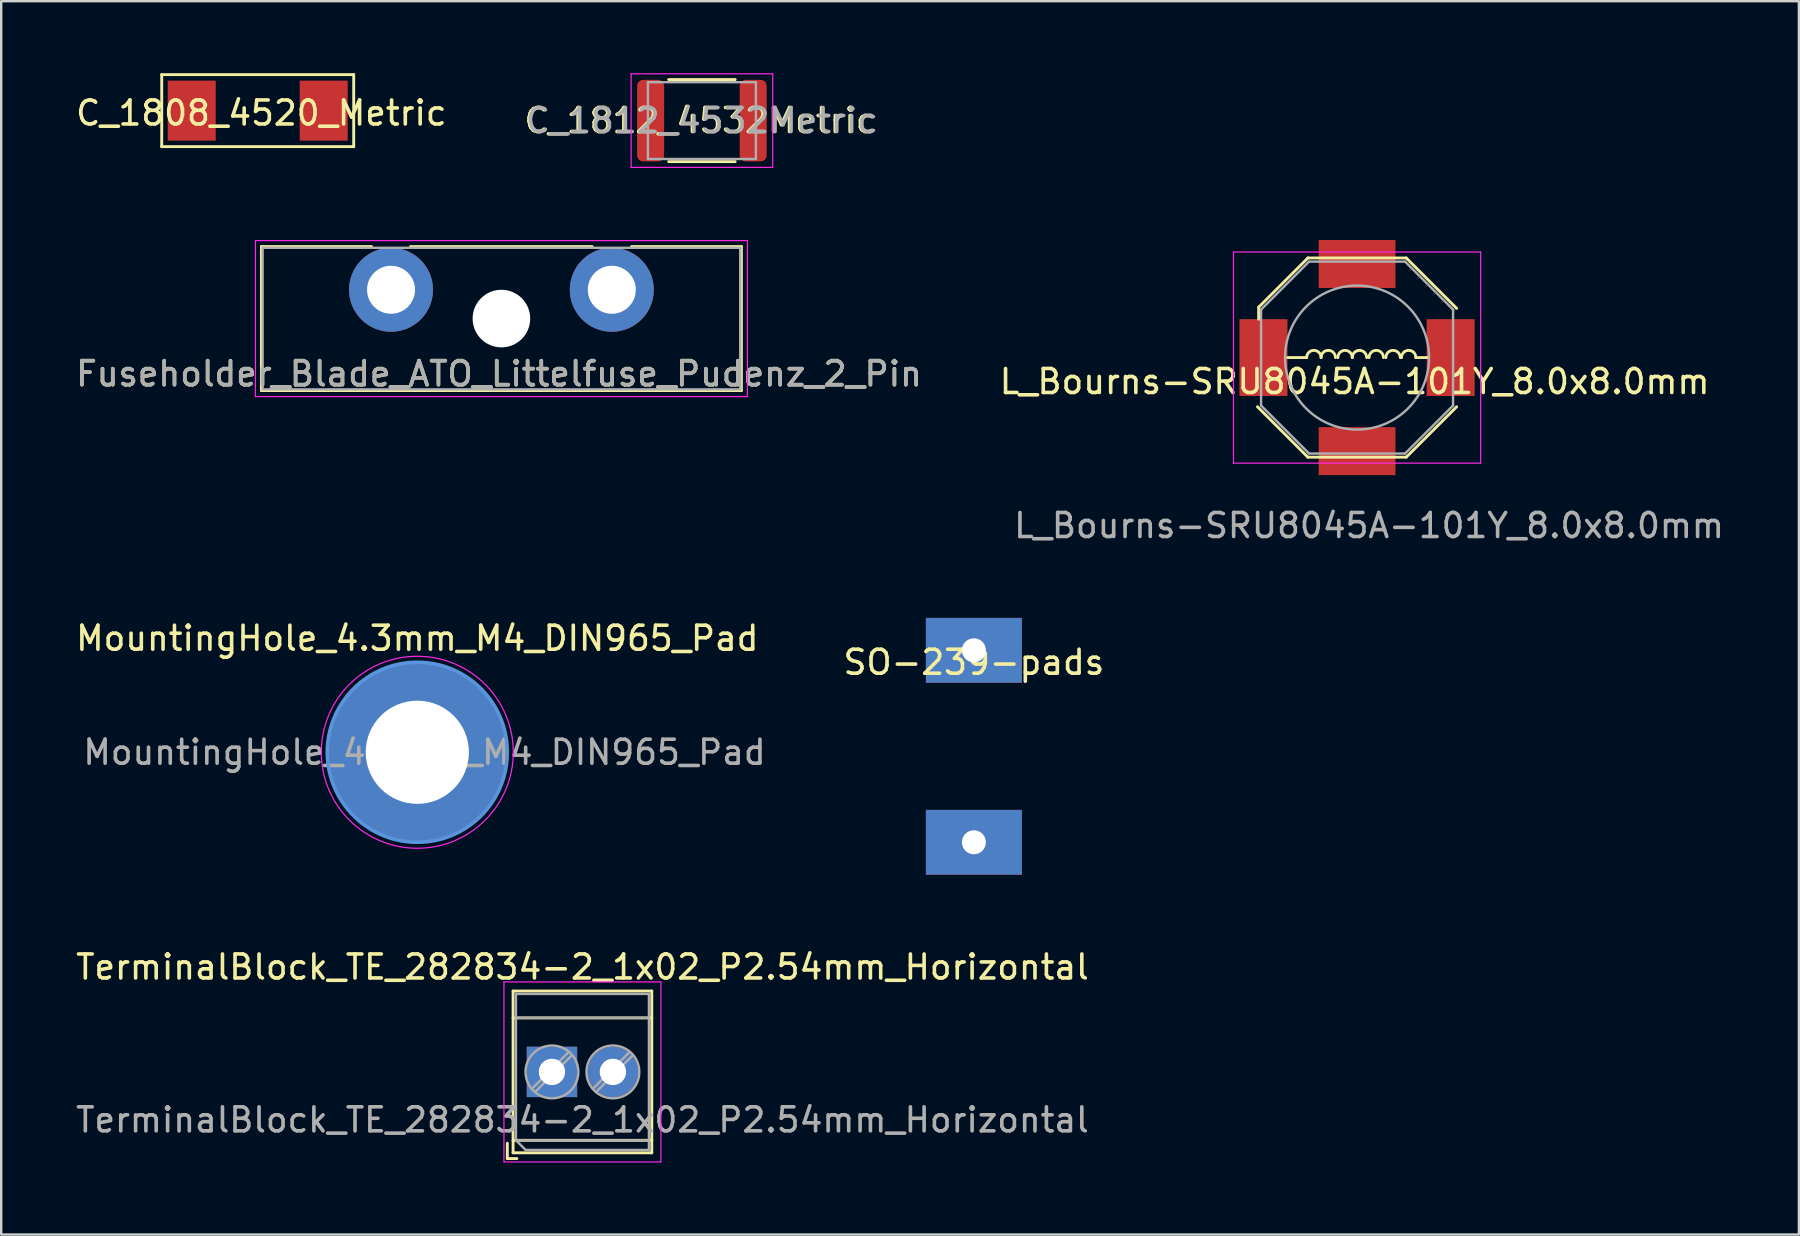
<source format=kicad_pcb>
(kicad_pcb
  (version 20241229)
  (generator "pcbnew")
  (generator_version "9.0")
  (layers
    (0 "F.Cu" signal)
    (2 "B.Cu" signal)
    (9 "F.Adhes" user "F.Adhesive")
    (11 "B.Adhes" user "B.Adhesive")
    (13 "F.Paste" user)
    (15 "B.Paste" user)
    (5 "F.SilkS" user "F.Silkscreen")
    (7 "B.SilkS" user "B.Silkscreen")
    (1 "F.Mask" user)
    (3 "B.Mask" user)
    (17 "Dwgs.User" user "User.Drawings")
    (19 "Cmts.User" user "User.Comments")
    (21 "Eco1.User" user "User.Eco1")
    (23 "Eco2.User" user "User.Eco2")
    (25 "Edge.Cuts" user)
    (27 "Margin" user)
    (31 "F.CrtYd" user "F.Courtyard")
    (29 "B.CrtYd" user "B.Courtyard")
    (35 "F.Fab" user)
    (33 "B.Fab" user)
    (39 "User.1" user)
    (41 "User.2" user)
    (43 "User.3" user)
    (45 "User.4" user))
  (footprint "TerminalBlock_TE_282834-2_1x02_P2.54mm_Horizontal"
    (layer "F.Cu")
    (at 19.95 41.617)
    (property "Reference" "TerminalBlock_TE_282834-2_1x02_P2.54mm_Horizontal" (at 1.27 -4.37 180) (layer "F.SilkS") (effects (font (size 1 1) (thickness 0.15))))
    (attr through_hole)
    (fp_line (start -1.86 2.97) (end -1.86 3.61) (stroke (width 0.12) (type solid)) (layer "F.SilkS"))
    (fp_line (start -1.86 3.61) (end -1.46 3.61) (stroke (width 0.12) (type solid)) (layer "F.SilkS"))
    (fp_line (start -1.62 -3.37) (end -1.62 3.37) (stroke (width 0.12) (type solid)) (layer "F.SilkS"))
    (fp_line (start -1.62 -3.37) (end 4.16 -3.37) (stroke (width 0.12) (type solid)) (layer "F.SilkS"))
    (fp_line (start -1.62 -2.25) (end 4.16 -2.25) (stroke (width 0.12) (type solid)) (layer "F.SilkS"))
    (fp_line (start -1.62 2.85) (end 4.16 2.85) (stroke (width 0.12) (type solid)) (layer "F.SilkS"))
    (fp_line (start -1.62 3.37) (end 4.16 3.37) (stroke (width 0.12) (type solid)) (layer "F.SilkS"))
    (fp_line (start 4.16 -3.37) (end 4.16 3.37) (stroke (width 0.12) (type solid)) (layer "F.SilkS"))
    (fp_line (start -2 -3.75) (end -2 3.75) (stroke (width 0.05) (type solid)) (layer "F.CrtYd"))
    (fp_line (start -2 3.75) (end 4.54 3.75) (stroke (width 0.05) (type solid)) (layer "F.CrtYd"))
    (fp_line (start 4.54 -3.75) (end -2 -3.75) (stroke (width 0.05) (type solid)) (layer "F.CrtYd"))
    (fp_line (start 4.54 3.75) (end 4.54 -3.75) (stroke (width 0.05) (type solid)) (layer "F.CrtYd"))
    (fp_line (start -1.5 -3.25) (end 4.04 -3.25) (stroke (width 0.1) (type solid)) (layer "F.Fab"))
    (fp_line (start -1.5 -2.25) (end 4.04 -2.25) (stroke (width 0.1) (type solid)) (layer "F.Fab"))
    (fp_line (start -1.5 2.85) (end -1.5 -3.25) (stroke (width 0.1) (type solid)) (layer "F.Fab"))
    (fp_line (start -1.5 2.85) (end 4.04 2.85) (stroke (width 0.1) (type solid)) (layer "F.Fab"))
    (fp_line (start -1.1 3.25) (end -1.5 2.85) (stroke (width 0.1) (type solid)) (layer "F.Fab"))
    (fp_line (start 0.701 -0.835) (end -0.835 0.7) (stroke (width 0.1) (type solid)) (layer "F.Fab"))
    (fp_line (start 0.835 -0.7) (end -0.701 0.835) (stroke (width 0.1) (type solid)) (layer "F.Fab"))
    (fp_line (start 3.241 -0.835) (end 1.706 0.7) (stroke (width 0.1) (type solid)) (layer "F.Fab"))
    (fp_line (start 3.375 -0.7) (end 1.84 0.835) (stroke (width 0.1) (type solid)) (layer "F.Fab"))
    (fp_line (start 4.04 -3.25) (end 4.04 3.25) (stroke (width 0.1) (type solid)) (layer "F.Fab"))
    (fp_line (start 4.04 3.25) (end -1.1 3.25) (stroke (width 0.1) (type solid)) (layer "F.Fab"))
    (fp_circle (center 0 0) (end 1.1 0) (stroke (width 0.1) (type solid)) (fill no) (layer "F.Fab"))
    (fp_circle (center 2.54 0) (end 3.64 0) (stroke (width 0.1) (type solid)) (fill no) (layer "F.Fab"))
    (fp_text user "${REFERENCE}" (at 1.27 2 180) (layer "F.Fab") (effects (font (size 1 1) (thickness 0.15))))
    (pad "1" thru_hole rect (at 0 0) (size 2.1 2.1) (drill 1.1) (layers "*.Cu" "*.Mask"))
    (pad "2" thru_hole circle (at 2.54 0) (size 2.1 2.1) (drill 1.1) (layers "*.Cu" "*.Mask")))
  (footprint "C_1808_4520_Metric"
    (layer "F.Cu")
    (at 7.689 1.56)
    (property "Reference" "C_1808_4520_Metric" (at 0.15 0.1 180) (layer "F.SilkS") (effects (font (size 1 1) (thickness 0.15))))
    (attr through_hole)
    (fp_line (start -4 -1.5) (end 4 -1.5) (stroke (width 0.12) (type solid)) (layer "F.SilkS"))
    (fp_line (start -4 1.5) (end -4 -1.5) (stroke (width 0.12) (type solid)) (layer "F.SilkS"))
    (fp_line (start 4 -1.5) (end 4 1.5) (stroke (width 0.12) (type solid)) (layer "F.SilkS"))
    (fp_line (start 4 1.5) (end -4 1.5) (stroke (width 0.12) (type solid)) (layer "F.SilkS"))
    (pad "1" smd rect (at -2.75 0) (size 2 2.5) (layers "F.Cu" "F.Mask" "F.Paste"))
    (pad "2" smd rect (at 2.75 0) (size 2 2.5) (layers "F.Cu" "F.Mask" "F.Paste")))
  (footprint "MountingHole_4.3mm_M4_DIN965_Pad"
    (layer "F.Cu")
    (at 14.339 28.297)
    (property "Reference" "MountingHole_4.3mm_M4_DIN965_Pad" (at 0 -4.75 0) (layer "F.SilkS") (effects (font (size 1 1) (thickness 0.15))))
    (attr exclude_from_pos_files exclude_from_bom)
    (fp_circle (center 0 0) (end 3.75 0) (stroke (width 0.15) (type solid)) (fill no) (layer "Cmts.User"))
    (fp_circle (center 0 0) (end 4 0) (stroke (width 0.05) (type solid)) (fill no) (layer "F.CrtYd"))
    (fp_text user "${REFERENCE}" (at 0.3 0 0) (layer "F.Fab") (effects (font (size 1 1) (thickness 0.15))))
    (pad "1" thru_hole circle (at 0 0) (size 7.5 7.5) (drill 4.3) (layers "*.Cu" "*.Mask")))
  (footprint "Fuseholder_Blade_ATO_Littelfuse_Pudenz_2_Pin"
    (layer "F.Cu")
    (at 13.244 9.025)
    (property "Reference" "Fuseholder_Blade_ATO_Littelfuse_Pudenz_2_Pin" (at 4.5 3.5 180) (layer "F.SilkS") (effects (font (size 1 1) (thickness 0.15))))
    (attr through_hole)
    (fp_line (start -5.4 -1.8) (end -0.81 -1.8) (stroke (width 0.12) (type solid)) (layer "F.SilkS"))
    (fp_line (start -5.4 4.2) (end -5.4 -1.8) (stroke (width 0.12) (type solid)) (layer "F.SilkS"))
    (fp_line (start 0.81 -1.8) (end 8.38 -1.8) (stroke (width 0.12) (type solid)) (layer "F.SilkS"))
    (fp_line (start 10.02 -1.8) (end 14.6 -1.8) (stroke (width 0.12) (type solid)) (layer "F.SilkS"))
    (fp_line (start 14.6 -1.8) (end 14.6 4.2) (stroke (width 0.12) (type solid)) (layer "F.SilkS"))
    (fp_line (start 14.6 4.2) (end -5.4 4.2) (stroke (width 0.12) (type solid)) (layer "F.SilkS"))
    (fp_line (start -5.65 -2.05) (end -5.65 4.45) (stroke (width 0.05) (type solid)) (layer "F.CrtYd"))
    (fp_line (start -5.65 -2.05) (end 14.85 -2.05) (stroke (width 0.05) (type solid)) (layer "F.CrtYd"))
    (fp_line (start 14.85 4.45) (end -5.65 4.45) (stroke (width 0.05) (type solid)) (layer "F.CrtYd"))
    (fp_line (start 14.85 4.45) (end 14.85 -2.05) (stroke (width 0.05) (type solid)) (layer "F.CrtYd"))
    (fp_line (start -5.35 -1.75) (end 14.55 -1.75) (stroke (width 0.1) (type solid)) (layer "F.Fab"))
    (fp_line (start -5.35 4.15) (end -5.35 -1.75) (stroke (width 0.1) (type solid)) (layer "F.Fab"))
    (fp_line (start 14.55 -1.75) (end 14.55 4.15) (stroke (width 0.1) (type solid)) (layer "F.Fab"))
    (fp_line (start 14.55 4.15) (end -5.35 4.15) (stroke (width 0.1) (type solid)) (layer "F.Fab"))
    (fp_text user "${REFERENCE}" (at 4.5 3.5 180) (layer "F.Fab") (effects (font (size 1 1) (thickness 0.15))))
    (pad "" np_thru_hole circle (at 4.6 1.2) (size 2.4 2.4) (drill 2.4) (layers "*.Cu" "*.Mask"))
    (pad "1" thru_hole circle (at 0 0) (size 3.5 3.5) (drill 2) (layers "*.Cu" "*.Mask"))
    (pad "2" thru_hole circle (at 9.2 0) (size 3.5 3.5) (drill 2) (layers "*.Cu" "*.Mask")))
  (footprint "C_1812_4532Metric"
    (layer "F.Cu")
    (at 26.199 1.975)
    (property "Reference" "C_1812_4532Metric" (at -0.062 0 180) (layer "F.SilkS") (effects (font (size 1 1) (thickness 0.15))))
    (attr smd)
    (fp_line (start -1.386 -1.71) (end 1.386 -1.71) (stroke (width 0.12) (type solid)) (layer "F.SilkS"))
    (fp_line (start -1.386 1.71) (end 1.386 1.71) (stroke (width 0.12) (type solid)) (layer "F.SilkS"))
    (fp_line (start -2.95 -1.95) (end 2.95 -1.95) (stroke (width 0.05) (type solid)) (layer "F.CrtYd"))
    (fp_line (start -2.95 1.95) (end -2.95 -1.95) (stroke (width 0.05) (type solid)) (layer "F.CrtYd"))
    (fp_line (start 2.95 -1.95) (end 2.95 1.95) (stroke (width 0.05) (type solid)) (layer "F.CrtYd"))
    (fp_line (start 2.95 1.95) (end -2.95 1.95) (stroke (width 0.05) (type solid)) (layer "F.CrtYd"))
    (fp_line (start -2.25 -1.6) (end 2.25 -1.6) (stroke (width 0.1) (type solid)) (layer "F.Fab"))
    (fp_line (start -2.25 1.6) (end -2.25 -1.6) (stroke (width 0.1) (type solid)) (layer "F.Fab"))
    (fp_line (start 2.25 -1.6) (end 2.25 1.6) (stroke (width 0.1) (type solid)) (layer "F.Fab"))
    (fp_line (start 2.25 1.6) (end -2.25 1.6) (stroke (width 0.1) (type solid)) (layer "F.Fab"))
    (fp_text user "${REFERENCE}" (at 0 0 180) (layer "F.Fab") (effects (font (size 1 1) (thickness 0.15))))
    (pad "1" smd roundrect (at -2.138 0) (size 1.125 3.4) (layers "F.Cu" "F.Mask" "F.Paste") (roundrect_rratio 0.222))
    (pad "2" smd roundrect (at 2.138 0) (size 1.125 3.4) (layers "F.Cu" "F.Mask" "F.Paste") (roundrect_rratio 0.222)))
  (footprint "L_Bourns-SRU8045A-101Y_8.0x8.0mm"
    (layer "F.Cu")
    (at 53.499 11.85)
    (property "Reference" "L_Bourns-SRU8045A-101Y_8.0x8.0mm" (at -0.1 1 180) (layer "F.SilkS") (effects (font (size 1 1) (thickness 0.15))))
    (attr smd)
    (fp_line (start -4.1 -2.1) (end -4.1 -1.6) (stroke (width 0.12) (type solid)) (layer "F.SilkS"))
    (fp_line (start -2.9 0) (end -2.1 0) (stroke (width 0.12) (type solid)) (layer "F.SilkS"))
    (fp_line (start -2.05 -4.15) (end -4.1 -2.1) (stroke (width 0.12) (type solid)) (layer "F.SilkS"))
    (fp_line (start -2.05 -4.15) (end 2.05 -4.15) (stroke (width 0.12) (type solid)) (layer "F.SilkS"))
    (fp_line (start -2.05 4.15) (end -4.15 2.05) (stroke (width 0.12) (type solid)) (layer "F.SilkS"))
    (fp_line (start 2.05 -4.15) (end 4.15 -2.05) (stroke (width 0.12) (type solid)) (layer "F.SilkS"))
    (fp_line (start 2.05 4.15) (end -2.05 4.15) (stroke (width 0.12) (type solid)) (layer "F.SilkS"))
    (fp_line (start 2.05 4.15) (end 4.15 2.05) (stroke (width 0.12) (type solid)) (layer "F.SilkS"))
    (fp_line (start 2.95 0) (end 2.45 0) (stroke (width 0.12) (type solid)) (layer "F.SilkS"))
    (fp_arc (start -2.1 0) (mid -1.8 -0.3) (end -1.5 0) (stroke (width 0.12) (type solid)) (layer "F.SilkS"))
    (fp_arc (start -1.5 0) (mid -1.2 -0.3) (end -0.9 0) (stroke (width 0.12) (type solid)) (layer "F.SilkS"))
    (fp_arc (start -0.8 0) (mid -0.5 -0.3) (end -0.2 0) (stroke (width 0.12) (type solid)) (layer "F.SilkS"))
    (fp_arc (start -0.2 0) (mid 0.1 -0.3) (end 0.4 0) (stroke (width 0.12) (type solid)) (layer "F.SilkS"))
    (fp_arc (start 0.5 0) (mid 0.8 -0.3) (end 1.1 0) (stroke (width 0.12) (type solid)) (layer "F.SilkS"))
    (fp_arc (start 1.2 0) (mid 1.5 -0.3) (end 1.8 0) (stroke (width 0.12) (type solid)) (layer "F.SilkS"))
    (fp_arc (start 1.85 0) (mid 2.15 -0.3) (end 2.45 0) (stroke (width 0.12) (type solid)) (layer "F.SilkS"))
    (fp_line (start -5.15 -4.4) (end 5.15 -4.4) (stroke (width 0.05) (type solid)) (layer "F.CrtYd"))
    (fp_line (start -5.15 4.4) (end -5.15 -4.4) (stroke (width 0.05) (type solid)) (layer "F.CrtYd"))
    (fp_line (start 5.15 -4.4) (end 5.15 4.4) (stroke (width 0.05) (type solid)) (layer "F.CrtYd"))
    (fp_line (start 5.15 4.4) (end -5.15 4.4) (stroke (width 0.05) (type solid)) (layer "F.CrtYd"))
    (fp_line (start -4 -2) (end -2 -4) (stroke (width 0.1) (type solid)) (layer "F.Fab"))
    (fp_line (start -4 2) (end -4 -2) (stroke (width 0.1) (type solid)) (layer "F.Fab"))
    (fp_line (start -2 -4) (end 2 -4) (stroke (width 0.1) (type solid)) (layer "F.Fab"))
    (fp_line (start -2 4) (end -4 2) (stroke (width 0.1) (type solid)) (layer "F.Fab"))
    (fp_line (start 2 -4) (end 4 -2) (stroke (width 0.1) (type solid)) (layer "F.Fab"))
    (fp_line (start 2 4) (end -2 4) (stroke (width 0.1) (type solid)) (layer "F.Fab"))
    (fp_line (start 4 -2) (end 4 2) (stroke (width 0.1) (type solid)) (layer "F.Fab"))
    (fp_line (start 4 2) (end 2 4) (stroke (width 0.1) (type solid)) (layer "F.Fab"))
    (fp_circle (center 0 0) (end 0 -3) (stroke (width 0.1) (type solid)) (fill no) (layer "F.Fab"))
    (fp_text user "${REFERENCE}" (at 0.5 7 180) (layer "F.Fab") (effects (font (size 1 1) (thickness 0.15))))
    (pad "1" smd rect (at -3.9 0) (size 2 3.2) (layers "F.Cu" "F.Mask" "F.Paste"))
    (pad "2" smd rect (at 3.9 0) (size 2 3.2) (layers "F.Cu" "F.Mask" "F.Paste"))
    (pad "3" connect rect (at 0 3.9 90) (size 2 3.2) (layers "F.Cu" "F.Mask"))
    (pad "4" smd rect (at 0 -3.9 270) (size 2 3.2) (layers "F.Cu" "F.Paste")))
  (footprint "SO-239-pads"
    (layer "F.Cu")
    (at 37.532 24.048)
    (property "Reference" "SO-239-pads" (at 0 0.5 0) (layer "F.SilkS") (effects (font (size 1 1) (thickness 0.15))))
    (attr through_hole)
    (pad "1" thru_hole rect (at 0 0) (size 4 2.7) (drill 1) (layers "*.Cu" "*.Mask"))
    (pad "2" thru_hole rect (at 0 8) (size 4 2.7) (drill 1) (layers "*.Cu" "*.Mask")))
  (gr_rect
    (start -3 -3)
    (end 71.91 48.392)
    (stroke (width 0.1) (type default))
    (fill no)
    (layer "Edge.Cuts")))
</source>
